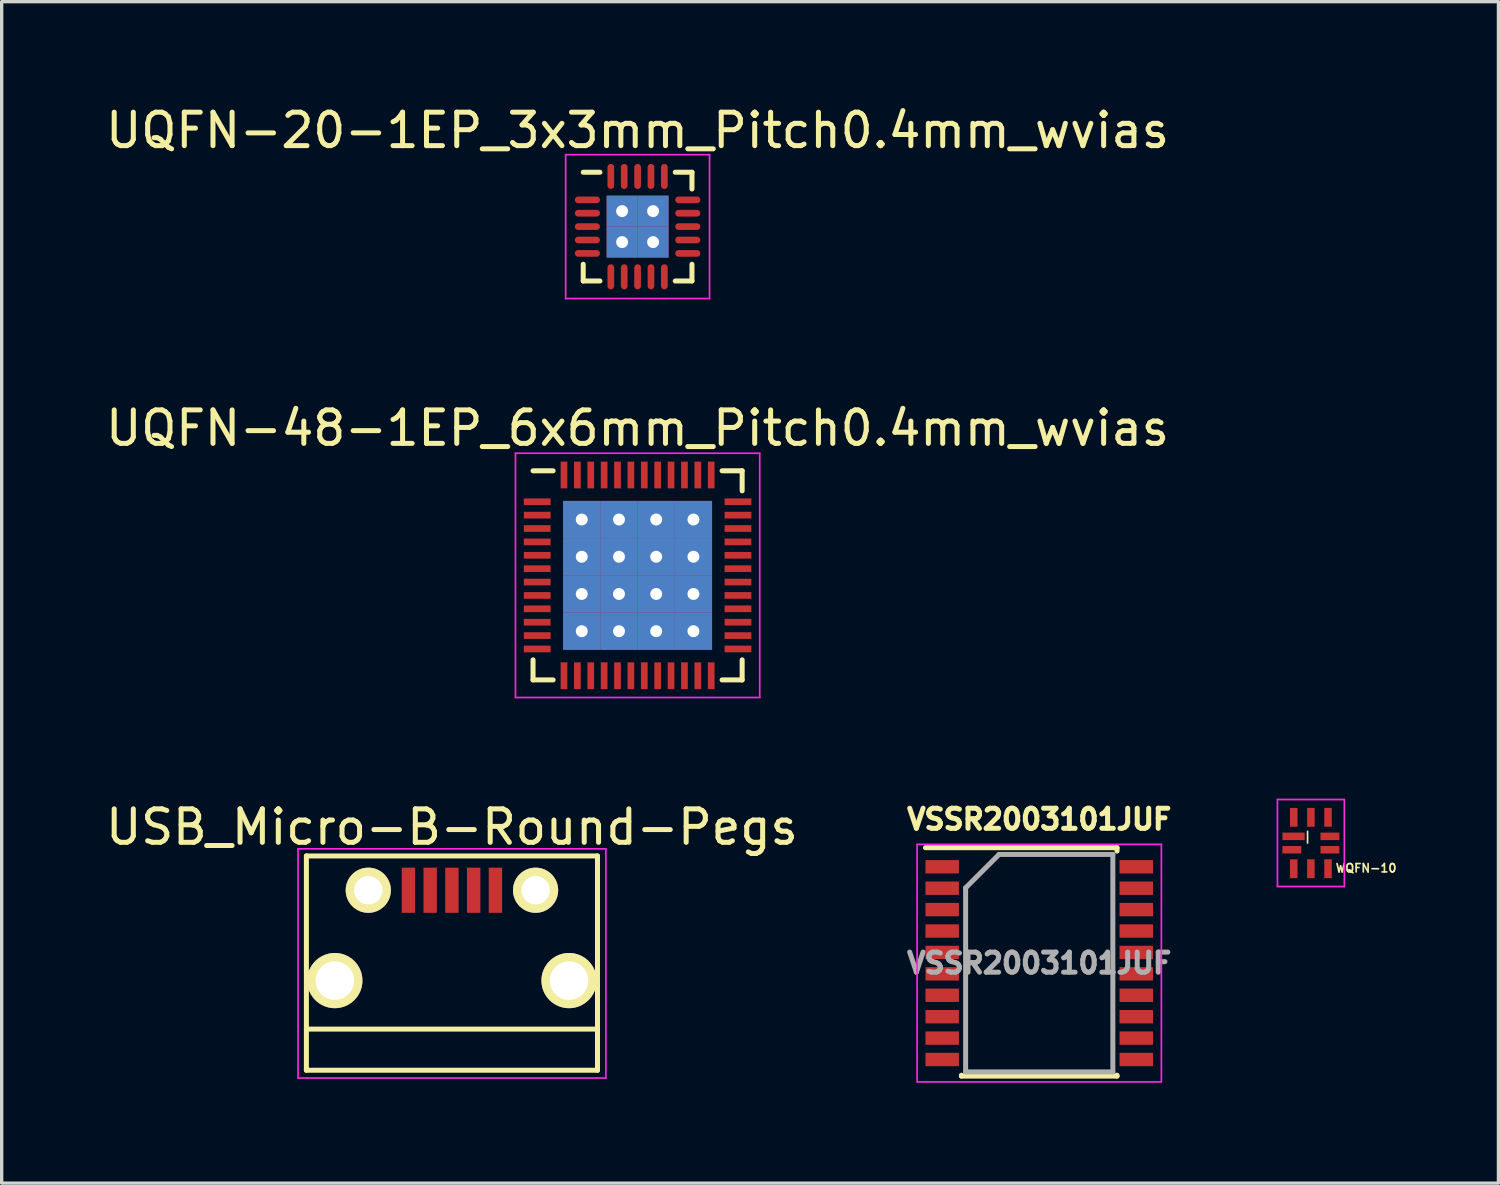
<source format=kicad_pcb>
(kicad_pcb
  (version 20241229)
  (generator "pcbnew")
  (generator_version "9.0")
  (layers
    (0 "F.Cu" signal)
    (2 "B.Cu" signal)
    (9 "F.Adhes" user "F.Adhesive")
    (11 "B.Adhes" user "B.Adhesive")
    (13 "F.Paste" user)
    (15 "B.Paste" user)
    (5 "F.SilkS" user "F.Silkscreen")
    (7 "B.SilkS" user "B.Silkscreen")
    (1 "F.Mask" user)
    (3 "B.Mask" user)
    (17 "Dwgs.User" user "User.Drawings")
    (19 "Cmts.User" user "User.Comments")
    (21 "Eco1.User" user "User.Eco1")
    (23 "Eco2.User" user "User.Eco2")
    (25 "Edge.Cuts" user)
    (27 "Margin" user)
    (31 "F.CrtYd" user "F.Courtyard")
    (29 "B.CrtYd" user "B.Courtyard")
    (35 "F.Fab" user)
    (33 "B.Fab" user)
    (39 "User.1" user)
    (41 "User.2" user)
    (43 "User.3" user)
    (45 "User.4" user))
  (footprint "UQFN-20-1EP_3x3mm_Pitch0.4mm_wvias"
    (layer "F.Cu")
    (at 16.006 3.723)
    (property "Reference" "UQFN-20-1EP_3x3mm_Pitch0.4mm_wvias" (at 0 -2.875 0) (layer "F.SilkS") (effects (font (size 1 1) (thickness 0.15))))
    (attr smd)
    (fp_line (start -1.625 -1.625) (end -1.125 -1.625) (stroke (width 0.15) (type solid)) (layer "F.SilkS"))
    (fp_line (start -1.625 1.625) (end -1.625 1.125) (stroke (width 0.15) (type solid)) (layer "F.SilkS"))
    (fp_line (start -1.625 1.625) (end -1.125 1.625) (stroke (width 0.15) (type solid)) (layer "F.SilkS"))
    (fp_line (start 1.625 -1.625) (end 1.125 -1.625) (stroke (width 0.15) (type solid)) (layer "F.SilkS"))
    (fp_line (start 1.625 -1.625) (end 1.625 -1.125) (stroke (width 0.15) (type solid)) (layer "F.SilkS"))
    (fp_line (start 1.625 1.625) (end 1.125 1.625) (stroke (width 0.15) (type solid)) (layer "F.SilkS"))
    (fp_line (start 1.625 1.625) (end 1.625 1.125) (stroke (width 0.15) (type solid)) (layer "F.SilkS"))
    (fp_line (start -2.15 -2.15) (end -2.15 2.15) (stroke (width 0.05) (type solid)) (layer "F.CrtYd"))
    (fp_line (start -2.15 -2.15) (end 2.15 -2.15) (stroke (width 0.05) (type solid)) (layer "F.CrtYd"))
    (fp_line (start -2.15 2.15) (end 2.15 2.15) (stroke (width 0.05) (type solid)) (layer "F.CrtYd"))
    (fp_line (start 2.15 -2.15) (end 2.15 2.15) (stroke (width 0.05) (type solid)) (layer "F.CrtYd"))
    (pad "1" smd oval (at -1.5 -0.8) (size 0.75 0.2) (layers "F.Cu" "F.Mask" "F.Paste"))
    (pad "2" smd oval (at -1.5 -0.4) (size 0.75 0.2) (layers "F.Cu" "F.Mask" "F.Paste"))
    (pad "3" smd oval (at -1.5 0) (size 0.75 0.2) (layers "F.Cu" "F.Mask" "F.Paste"))
    (pad "4" smd oval (at -1.5 0.4) (size 0.75 0.2) (layers "F.Cu" "F.Mask" "F.Paste"))
    (pad "5" smd oval (at -1.5 0.8) (size 0.75 0.2) (layers "F.Cu" "F.Mask" "F.Paste"))
    (pad "6" smd oval (at -0.8 1.5 90) (size 0.75 0.2) (layers "F.Cu" "F.Mask" "F.Paste"))
    (pad "7" smd oval (at -0.4 1.5 90) (size 0.75 0.2) (layers "F.Cu" "F.Mask" "F.Paste"))
    (pad "8" smd oval (at 0 1.5 90) (size 0.75 0.2) (layers "F.Cu" "F.Mask" "F.Paste"))
    (pad "9" smd oval (at 0.4 1.5 90) (size 0.75 0.2) (layers "F.Cu" "F.Mask" "F.Paste"))
    (pad "10" smd oval (at 0.8 1.5 90) (size 0.75 0.2) (layers "F.Cu" "F.Mask" "F.Paste"))
    (pad "11" smd oval (at 1.5 0.8) (size 0.75 0.2) (layers "F.Cu" "F.Mask" "F.Paste"))
    (pad "12" smd oval (at 1.5 0.4) (size 0.75 0.2) (layers "F.Cu" "F.Mask" "F.Paste"))
    (pad "13" smd oval (at 1.5 0) (size 0.75 0.2) (layers "F.Cu" "F.Mask" "F.Paste"))
    (pad "14" smd oval (at 1.5 -0.4) (size 0.75 0.2) (layers "F.Cu" "F.Mask" "F.Paste"))
    (pad "15" smd oval (at 1.5 -0.8) (size 0.75 0.2) (layers "F.Cu" "F.Mask" "F.Paste"))
    (pad "16" smd oval (at 0.8 -1.5 90) (size 0.75 0.2) (layers "F.Cu" "F.Mask" "F.Paste"))
    (pad "17" smd oval (at 0.4 -1.5 90) (size 0.75 0.2) (layers "F.Cu" "F.Mask" "F.Paste"))
    (pad "18" smd oval (at 0 -1.5 90) (size 0.75 0.2) (layers "F.Cu" "F.Mask" "F.Paste"))
    (pad "19" smd oval (at -0.4 -1.5 90) (size 0.75 0.2) (layers "F.Cu" "F.Mask" "F.Paste"))
    (pad "20" smd oval (at -0.8 -1.5 90) (size 0.75 0.2) (layers "F.Cu" "F.Mask" "F.Paste"))
    (pad "21" thru_hole rect (at -0.463 -0.463) (size 0.925 0.925) (drill 0.356) (layers "*.Cu" "*.Mask" "F.Paste"))
    (pad "21" thru_hole rect (at -0.463 0.463) (size 0.925 0.925) (drill 0.356) (layers "*.Cu" "*.Mask" "F.Paste"))
    (pad "21" thru_hole rect (at 0.463 -0.463) (size 0.925 0.925) (drill 0.356) (layers "*.Cu" "*.Mask" "F.Paste"))
    (pad "21" thru_hole rect (at 0.463 0.463) (size 0.925 0.925) (drill 0.356) (layers "*.Cu" "*.Mask" "F.Paste")))
  (footprint "UQFN-48-1EP_6x6mm_Pitch0.4mm_wvias"
    (layer "F.Cu")
    (at 16.006 14.146)
    (property "Reference" "UQFN-48-1EP_6x6mm_Pitch0.4mm_wvias" (at 0 -4.4 0) (layer "F.SilkS") (effects (font (size 1 1) (thickness 0.15))))
    (attr smd)
    (fp_line (start -3.125 -3.125) (end -2.525 -3.125) (stroke (width 0.15) (type solid)) (layer "F.SilkS"))
    (fp_line (start -3.125 3.125) (end -3.125 2.525) (stroke (width 0.15) (type solid)) (layer "F.SilkS"))
    (fp_line (start -3.125 3.125) (end -2.525 3.125) (stroke (width 0.15) (type solid)) (layer "F.SilkS"))
    (fp_line (start 3.125 -3.125) (end 2.525 -3.125) (stroke (width 0.15) (type solid)) (layer "F.SilkS"))
    (fp_line (start 3.125 -3.125) (end 3.125 -2.525) (stroke (width 0.15) (type solid)) (layer "F.SilkS"))
    (fp_line (start 3.125 3.125) (end 2.525 3.125) (stroke (width 0.15) (type solid)) (layer "F.SilkS"))
    (fp_line (start 3.125 3.125) (end 3.125 2.525) (stroke (width 0.15) (type solid)) (layer "F.SilkS"))
    (fp_line (start -3.65 -3.65) (end -3.65 3.65) (stroke (width 0.05) (type solid)) (layer "F.CrtYd"))
    (fp_line (start -3.65 -3.65) (end 3.65 -3.65) (stroke (width 0.05) (type solid)) (layer "F.CrtYd"))
    (fp_line (start -3.65 3.65) (end 3.65 3.65) (stroke (width 0.05) (type solid)) (layer "F.CrtYd"))
    (fp_line (start 3.65 -3.65) (end 3.65 3.65) (stroke (width 0.05) (type solid)) (layer "F.CrtYd"))
    (pad "1" smd rect (at -3 -2.2) (size 0.8 0.2) (layers "F.Cu" "F.Mask" "F.Paste"))
    (pad "2" smd rect (at -3 -1.8) (size 0.8 0.2) (layers "F.Cu" "F.Mask" "F.Paste"))
    (pad "3" smd rect (at -3 -1.4) (size 0.8 0.2) (layers "F.Cu" "F.Mask" "F.Paste"))
    (pad "4" smd rect (at -3 -1) (size 0.8 0.2) (layers "F.Cu" "F.Mask" "F.Paste"))
    (pad "5" smd rect (at -3 -0.6) (size 0.8 0.2) (layers "F.Cu" "F.Mask" "F.Paste"))
    (pad "6" smd rect (at -3 -0.2) (size 0.8 0.2) (layers "F.Cu" "F.Mask" "F.Paste"))
    (pad "7" smd rect (at -3 0.2) (size 0.8 0.2) (layers "F.Cu" "F.Mask" "F.Paste"))
    (pad "8" smd rect (at -3 0.6) (size 0.8 0.2) (layers "F.Cu" "F.Mask" "F.Paste"))
    (pad "9" smd rect (at -3 1) (size 0.8 0.2) (layers "F.Cu" "F.Mask" "F.Paste"))
    (pad "10" smd rect (at -3 1.4) (size 0.8 0.2) (layers "F.Cu" "F.Mask" "F.Paste"))
    (pad "11" smd rect (at -3 1.8) (size 0.8 0.2) (layers "F.Cu" "F.Mask" "F.Paste"))
    (pad "12" smd rect (at -3 2.2) (size 0.8 0.2) (layers "F.Cu" "F.Mask" "F.Paste"))
    (pad "13" smd rect (at -2.2 3 90) (size 0.8 0.2) (layers "F.Cu" "F.Mask" "F.Paste"))
    (pad "14" smd rect (at -1.8 3 90) (size 0.8 0.2) (layers "F.Cu" "F.Mask" "F.Paste"))
    (pad "15" smd rect (at -1.4 3 90) (size 0.8 0.2) (layers "F.Cu" "F.Mask" "F.Paste"))
    (pad "16" smd rect (at -1 3 90) (size 0.8 0.2) (layers "F.Cu" "F.Mask" "F.Paste"))
    (pad "17" smd rect (at -0.6 3 90) (size 0.8 0.2) (layers "F.Cu" "F.Mask" "F.Paste"))
    (pad "18" smd rect (at -0.2 3 90) (size 0.8 0.2) (layers "F.Cu" "F.Mask" "F.Paste"))
    (pad "19" smd rect (at 0.2 3 90) (size 0.8 0.2) (layers "F.Cu" "F.Mask" "F.Paste"))
    (pad "20" smd rect (at 0.6 3 90) (size 0.8 0.2) (layers "F.Cu" "F.Mask" "F.Paste"))
    (pad "21" smd rect (at 1 3 90) (size 0.8 0.2) (layers "F.Cu" "F.Mask" "F.Paste"))
    (pad "22" smd rect (at 1.4 3 90) (size 0.8 0.2) (layers "F.Cu" "F.Mask" "F.Paste"))
    (pad "23" smd rect (at 1.8 3 90) (size 0.8 0.2) (layers "F.Cu" "F.Mask" "F.Paste"))
    (pad "24" smd rect (at 2.2 3 90) (size 0.8 0.2) (layers "F.Cu" "F.Mask" "F.Paste"))
    (pad "25" smd rect (at 3 2.2) (size 0.8 0.2) (layers "F.Cu" "F.Mask" "F.Paste"))
    (pad "26" smd rect (at 3 1.8) (size 0.8 0.2) (layers "F.Cu" "F.Mask" "F.Paste"))
    (pad "27" smd rect (at 3 1.4) (size 0.8 0.2) (layers "F.Cu" "F.Mask" "F.Paste"))
    (pad "28" smd rect (at 3 1) (size 0.8 0.2) (layers "F.Cu" "F.Mask" "F.Paste"))
    (pad "29" smd rect (at 3 0.6) (size 0.8 0.2) (layers "F.Cu" "F.Mask" "F.Paste"))
    (pad "30" smd rect (at 3 0.2) (size 0.8 0.2) (layers "F.Cu" "F.Mask" "F.Paste"))
    (pad "31" smd rect (at 3 -0.2) (size 0.8 0.2) (layers "F.Cu" "F.Mask" "F.Paste"))
    (pad "32" smd rect (at 3 -0.6) (size 0.8 0.2) (layers "F.Cu" "F.Mask" "F.Paste"))
    (pad "33" smd rect (at 3 -1) (size 0.8 0.2) (layers "F.Cu" "F.Mask" "F.Paste"))
    (pad "34" smd rect (at 3 -1.4) (size 0.8 0.2) (layers "F.Cu" "F.Mask" "F.Paste"))
    (pad "35" smd rect (at 3 -1.8) (size 0.8 0.2) (layers "F.Cu" "F.Mask" "F.Paste"))
    (pad "36" smd rect (at 3 -2.2) (size 0.8 0.2) (layers "F.Cu" "F.Mask" "F.Paste"))
    (pad "37" smd rect (at 2.2 -3 90) (size 0.8 0.2) (layers "F.Cu" "F.Mask" "F.Paste"))
    (pad "38" smd rect (at 1.8 -3 90) (size 0.8 0.2) (layers "F.Cu" "F.Mask" "F.Paste"))
    (pad "39" smd rect (at 1.4 -3 90) (size 0.8 0.2) (layers "F.Cu" "F.Mask" "F.Paste"))
    (pad "40" smd rect (at 1 -3 90) (size 0.8 0.2) (layers "F.Cu" "F.Mask" "F.Paste"))
    (pad "41" smd rect (at 0.6 -3 90) (size 0.8 0.2) (layers "F.Cu" "F.Mask" "F.Paste"))
    (pad "42" smd rect (at 0.2 -3 90) (size 0.8 0.2) (layers "F.Cu" "F.Mask" "F.Paste"))
    (pad "43" smd rect (at -0.2 -3 90) (size 0.8 0.2) (layers "F.Cu" "F.Mask" "F.Paste"))
    (pad "44" smd rect (at -0.6 -3 90) (size 0.8 0.2) (layers "F.Cu" "F.Mask" "F.Paste"))
    (pad "45" smd rect (at -1 -3 90) (size 0.8 0.2) (layers "F.Cu" "F.Mask" "F.Paste"))
    (pad "46" smd rect (at -1.4 -3 90) (size 0.8 0.2) (layers "F.Cu" "F.Mask" "F.Paste"))
    (pad "47" smd rect (at -1.8 -3 90) (size 0.8 0.2) (layers "F.Cu" "F.Mask" "F.Paste"))
    (pad "48" smd rect (at -2.2 -3 90) (size 0.8 0.2) (layers "F.Cu" "F.Mask" "F.Paste"))
    (pad "49" thru_hole rect (at -1.669 -1.669) (size 1.113 1.113) (drill 0.356) (layers "*.Cu" "*.Mask" "F.Paste"))
    (pad "49" thru_hole rect (at -1.669 -0.556) (size 1.113 1.113) (drill 0.356) (layers "*.Cu" "*.Mask" "F.Paste"))
    (pad "49" thru_hole rect (at -1.669 0.556) (size 1.113 1.113) (drill 0.356) (layers "*.Cu" "*.Mask" "F.Paste"))
    (pad "49" thru_hole rect (at -1.669 1.669) (size 1.113 1.113) (drill 0.356) (layers "*.Cu" "*.Mask" "F.Paste"))
    (pad "49" thru_hole rect (at -0.556 -1.669) (size 1.113 1.113) (drill 0.356) (layers "*.Cu" "*.Mask" "F.Paste"))
    (pad "49" thru_hole rect (at -0.556 -0.556) (size 1.113 1.113) (drill 0.356) (layers "*.Cu" "*.Mask" "F.Paste"))
    (pad "49" thru_hole rect (at -0.556 0.556) (size 1.113 1.113) (drill 0.356) (layers "*.Cu" "*.Mask" "F.Paste"))
    (pad "49" thru_hole rect (at -0.556 1.669) (size 1.113 1.113) (drill 0.356) (layers "*.Cu" "*.Mask" "F.Paste"))
    (pad "49" thru_hole rect (at 0.556 -1.669) (size 1.113 1.113) (drill 0.356) (layers "*.Cu" "*.Mask" "F.Paste"))
    (pad "49" thru_hole rect (at 0.556 -0.556) (size 1.113 1.113) (drill 0.356) (layers "*.Cu" "*.Mask" "F.Paste"))
    (pad "49" thru_hole rect (at 0.556 0.556) (size 1.113 1.113) (drill 0.356) (layers "*.Cu" "*.Mask" "F.Paste"))
    (pad "49" thru_hole rect (at 0.556 1.669) (size 1.113 1.113) (drill 0.356) (layers "*.Cu" "*.Mask" "F.Paste"))
    (pad "49" thru_hole rect (at 1.669 -1.669) (size 1.113 1.113) (drill 0.356) (layers "*.Cu" "*.Mask" "F.Paste"))
    (pad "49" thru_hole rect (at 1.669 -0.556) (size 1.113 1.113) (drill 0.356) (layers "*.Cu" "*.Mask" "F.Paste"))
    (pad "49" thru_hole rect (at 1.669 0.556) (size 1.113 1.113) (drill 0.356) (layers "*.Cu" "*.Mask" "F.Paste"))
    (pad "49" thru_hole rect (at 1.669 1.669) (size 1.113 1.113) (drill 0.356) (layers "*.Cu" "*.Mask" "F.Paste")))
  (footprint "USB_Micro-B-Round-Pegs"
    (layer "F.Cu")
    (at 10.458 25.12)
    (property "Reference" "USB_Micro-B-Round-Pegs" (at 0 -3.45 0) (layer "F.SilkS") (effects (font (size 1 1) (thickness 0.15))))
    (attr smd)
    (fp_line (start -4.351 -2.588) (end 4.349 -2.588) (stroke (width 0.15) (type solid)) (layer "F.SilkS"))
    (fp_line (start -4.351 3.817) (end -4.351 -2.588) (stroke (width 0.15) (type solid)) (layer "F.SilkS"))
    (fp_line (start -4.351 3.817) (end 4.349 3.817) (stroke (width 0.15) (type solid)) (layer "F.SilkS"))
    (fp_line (start 4.349 -2.588) (end 4.349 3.817) (stroke (width 0.15) (type solid)) (layer "F.SilkS"))
    (fp_line (start 4.349 2.587) (end -4.351 2.587) (stroke (width 0.15) (type solid)) (layer "F.SilkS"))
    (fp_line (start -4.6 -2.8) (end 4.6 -2.8) (stroke (width 0.05) (type solid)) (layer "F.CrtYd"))
    (fp_line (start -4.6 4.05) (end -4.6 -2.8) (stroke (width 0.05) (type solid)) (layer "F.CrtYd"))
    (fp_line (start 4.6 -2.8) (end 4.6 4.05) (stroke (width 0.05) (type solid)) (layer "F.CrtYd"))
    (fp_line (start 4.6 4.05) (end -4.6 4.05) (stroke (width 0.05) (type solid)) (layer "F.CrtYd"))
    (pad "1" smd rect (at -1.301 -1.563 90) (size 1.35 0.4) (layers "F.Cu" "F.Mask" "F.Paste"))
    (pad "2" smd rect (at -0.651 -1.563 90) (size 1.35 0.4) (layers "F.Cu" "F.Mask" "F.Paste"))
    (pad "3" smd rect (at -0.001 -1.563 90) (size 1.35 0.4) (layers "F.Cu" "F.Mask" "F.Paste"))
    (pad "4" smd rect (at 0.649 -1.563 90) (size 1.35 0.4) (layers "F.Cu" "F.Mask" "F.Paste"))
    (pad "5" smd rect (at 1.299 -1.563 90) (size 1.35 0.4) (layers "F.Cu" "F.Mask" "F.Paste"))
    (pad "6" thru_hole oval (at -3.501 1.137 90) (size 1.65 1.65) (drill 1.15) (layers "*.Cu" "*.Mask" "F.SilkS"))
    (pad "6" thru_hole circle (at -2.501 -1.563 90) (size 1.35 1.35) (drill 0.85) (layers "*.Cu" "*.Mask" "F.SilkS"))
    (pad "6" thru_hole circle (at 2.499 -1.563 90) (size 1.35 1.35) (drill 0.85) (layers "*.Cu" "*.Mask" "F.SilkS"))
    (pad "6" thru_hole oval (at 3.499 1.137 90) (size 1.65 1.65) (drill 1.15) (layers "*.Cu" "*.Mask" "F.SilkS")))
  (footprint "VSSR2003101JUF"
    (layer "F.Cu")
    (at 28.01 25.736)
    (property "Reference" "VSSR2003101JUF" (at 0 -4.3 0) (layer "F.SilkS") (effects (font (size 0.6 0.6) (thickness 0.15))))
    (attr smd)
    (fp_line (start -3.4 -3.45) (end 2.325 -3.45) (stroke (width 0.15) (type solid)) (layer "F.SilkS"))
    (fp_line (start -2.325 3.375) (end -2.325 3.35) (stroke (width 0.15) (type solid)) (layer "F.SilkS"))
    (fp_line (start -2.325 3.375) (end 2.325 3.375) (stroke (width 0.15) (type solid)) (layer "F.SilkS"))
    (fp_line (start 2.325 -3.45) (end 2.325 -3.35) (stroke (width 0.15) (type solid)) (layer "F.SilkS"))
    (fp_line (start 2.325 3.375) (end 2.325 3.35) (stroke (width 0.15) (type solid)) (layer "F.SilkS"))
    (fp_line (start -3.65 -3.55) (end -3.65 3.55) (stroke (width 0.05) (type solid)) (layer "F.CrtYd"))
    (fp_line (start -3.65 -3.55) (end 3.65 -3.55) (stroke (width 0.05) (type solid)) (layer "F.CrtYd"))
    (fp_line (start -3.65 3.55) (end 3.65 3.55) (stroke (width 0.05) (type solid)) (layer "F.CrtYd"))
    (fp_line (start 3.65 -3.55) (end 3.65 3.55) (stroke (width 0.05) (type solid)) (layer "F.CrtYd"))
    (fp_line (start -2.2 -2.25) (end -1.2 -3.25) (stroke (width 0.15) (type solid)) (layer "F.Fab"))
    (fp_line (start -2.2 3.25) (end -2.2 -2.25) (stroke (width 0.15) (type solid)) (layer "F.Fab"))
    (fp_line (start -1.2 -3.25) (end 2.2 -3.25) (stroke (width 0.15) (type solid)) (layer "F.Fab"))
    (fp_line (start 2.2 -3.25) (end 2.2 3.25) (stroke (width 0.15) (type solid)) (layer "F.Fab"))
    (fp_line (start 2.2 3.25) (end -2.2 3.25) (stroke (width 0.15) (type solid)) (layer "F.Fab"))
    (fp_text user "${REFERENCE}" (at 0 0 0) (layer "F.Fab") (effects (font (size 0.6 0.6) (thickness 0.15))))
    (pad "1" smd rect (at -2.9 -2.88) (size 1 0.4) (layers "F.Cu" "F.Mask" "F.Paste"))
    (pad "2" smd rect (at -2.9 -2.24) (size 1 0.4) (layers "F.Cu" "F.Mask" "F.Paste"))
    (pad "3" smd rect (at -2.9 -1.6) (size 1 0.4) (layers "F.Cu" "F.Mask" "F.Paste"))
    (pad "4" smd rect (at -2.9 -0.96) (size 1 0.4) (layers "F.Cu" "F.Mask" "F.Paste"))
    (pad "5" smd rect (at -2.9 -0.32) (size 1 0.4) (layers "F.Cu" "F.Mask" "F.Paste"))
    (pad "6" smd rect (at -2.9 0.32) (size 1 0.4) (layers "F.Cu" "F.Mask" "F.Paste"))
    (pad "7" smd rect (at -2.9 0.96) (size 1 0.4) (layers "F.Cu" "F.Mask" "F.Paste"))
    (pad "8" smd rect (at -2.9 1.6) (size 1 0.4) (layers "F.Cu" "F.Mask" "F.Paste"))
    (pad "9" smd rect (at -2.9 2.24) (size 1 0.4) (layers "F.Cu" "F.Mask" "F.Paste"))
    (pad "10" smd rect (at -2.9 2.88) (size 1 0.4) (layers "F.Cu" "F.Mask" "F.Paste"))
    (pad "11" smd rect (at 2.9 2.88) (size 1 0.4) (layers "F.Cu" "F.Mask" "F.Paste"))
    (pad "12" smd rect (at 2.9 2.24) (size 1 0.4) (layers "F.Cu" "F.Mask" "F.Paste"))
    (pad "13" smd rect (at 2.9 1.6) (size 1 0.4) (layers "F.Cu" "F.Mask" "F.Paste"))
    (pad "14" smd rect (at 2.9 0.96) (size 1 0.4) (layers "F.Cu" "F.Mask" "F.Paste"))
    (pad "15" smd rect (at 2.9 0.32) (size 1 0.4) (layers "F.Cu" "F.Mask" "F.Paste"))
    (pad "16" smd rect (at 2.9 -0.32) (size 1 0.4) (layers "F.Cu" "F.Mask" "F.Paste"))
    (pad "17" smd rect (at 2.9 -0.96) (size 1 0.4) (layers "F.Cu" "F.Mask" "F.Paste"))
    (pad "18" smd rect (at 2.9 -1.6) (size 1 0.4) (layers "F.Cu" "F.Mask" "F.Paste"))
    (pad "19" smd rect (at 2.9 -2.24) (size 1 0.4) (layers "F.Cu" "F.Mask" "F.Paste"))
    (pad "20" smd rect (at 2.9 -2.88) (size 1 0.4) (layers "F.Cu" "F.Mask" "F.Paste")))
  (footprint "WQFN-10"
    (layer "F.Cu")
    (at 36.129 22.146)
    (property "Reference" "WQFN-10" (at 1.65 0.75 0) (layer "F.SilkS") (effects (font (size 0.25 0.25) (thickness 0.05))))
    (attr through_hole)
    (fp_line (start -0.1 -0.35) (end -0.1 0) (stroke (width 0.05) (type solid)) (layer "F.SilkS"))
    (fp_line (start -1 -1.3) (end -1 1.3) (stroke (width 0.05) (type solid)) (layer "F.CrtYd"))
    (fp_line (start -1 1.3) (end 1 1.3) (stroke (width 0.05) (type solid)) (layer "F.CrtYd"))
    (fp_line (start 1 -1.3) (end -1 -1.3) (stroke (width 0.05) (type solid)) (layer "F.CrtYd"))
    (fp_line (start 1 1.3) (end 1 -1.3) (stroke (width 0.05) (type solid)) (layer "F.CrtYd"))
    (pad "1" smd rect (at -0.518 -0.2) (size 0.663 0.225) (layers "F.Cu" "F.Mask" "F.Paste"))
    (pad "2" smd rect (at -0.569 0.2) (size 0.563 0.225) (layers "F.Cu" "F.Mask" "F.Paste"))
    (pad "3" smd rect (at -0.512 0.768) (size 0.225 0.563) (layers "F.Cu" "F.Mask" "F.Paste"))
    (pad "4" smd rect (at 0 0.768) (size 0.225 0.563) (layers "F.Cu" "F.Mask" "F.Paste"))
    (pad "5" smd rect (at 0.512 0.768) (size 0.225 0.563) (layers "F.Cu" "F.Mask" "F.Paste"))
    (pad "6" smd rect (at 0.569 0.2) (size 0.563 0.225) (layers "F.Cu" "F.Mask" "F.Paste"))
    (pad "7" smd rect (at 0.569 -0.2) (size 0.563 0.225) (layers "F.Cu" "F.Mask" "F.Paste"))
    (pad "8" smd rect (at 0.512 -0.768) (size 0.225 0.563) (layers "F.Cu" "F.Mask" "F.Paste"))
    (pad "9" smd rect (at 0 -0.768) (size 0.225 0.563) (layers "F.Cu" "F.Mask" "F.Paste"))
    (pad "10" smd rect (at -0.512 -0.768) (size 0.225 0.563) (layers "F.Cu" "F.Mask" "F.Paste")))
  (gr_rect
    (start -3 -3)
    (end 41.734 32.311)
    (stroke (width 0.1) (type default))
    (fill no)
    (layer "Edge.Cuts")))
</source>
